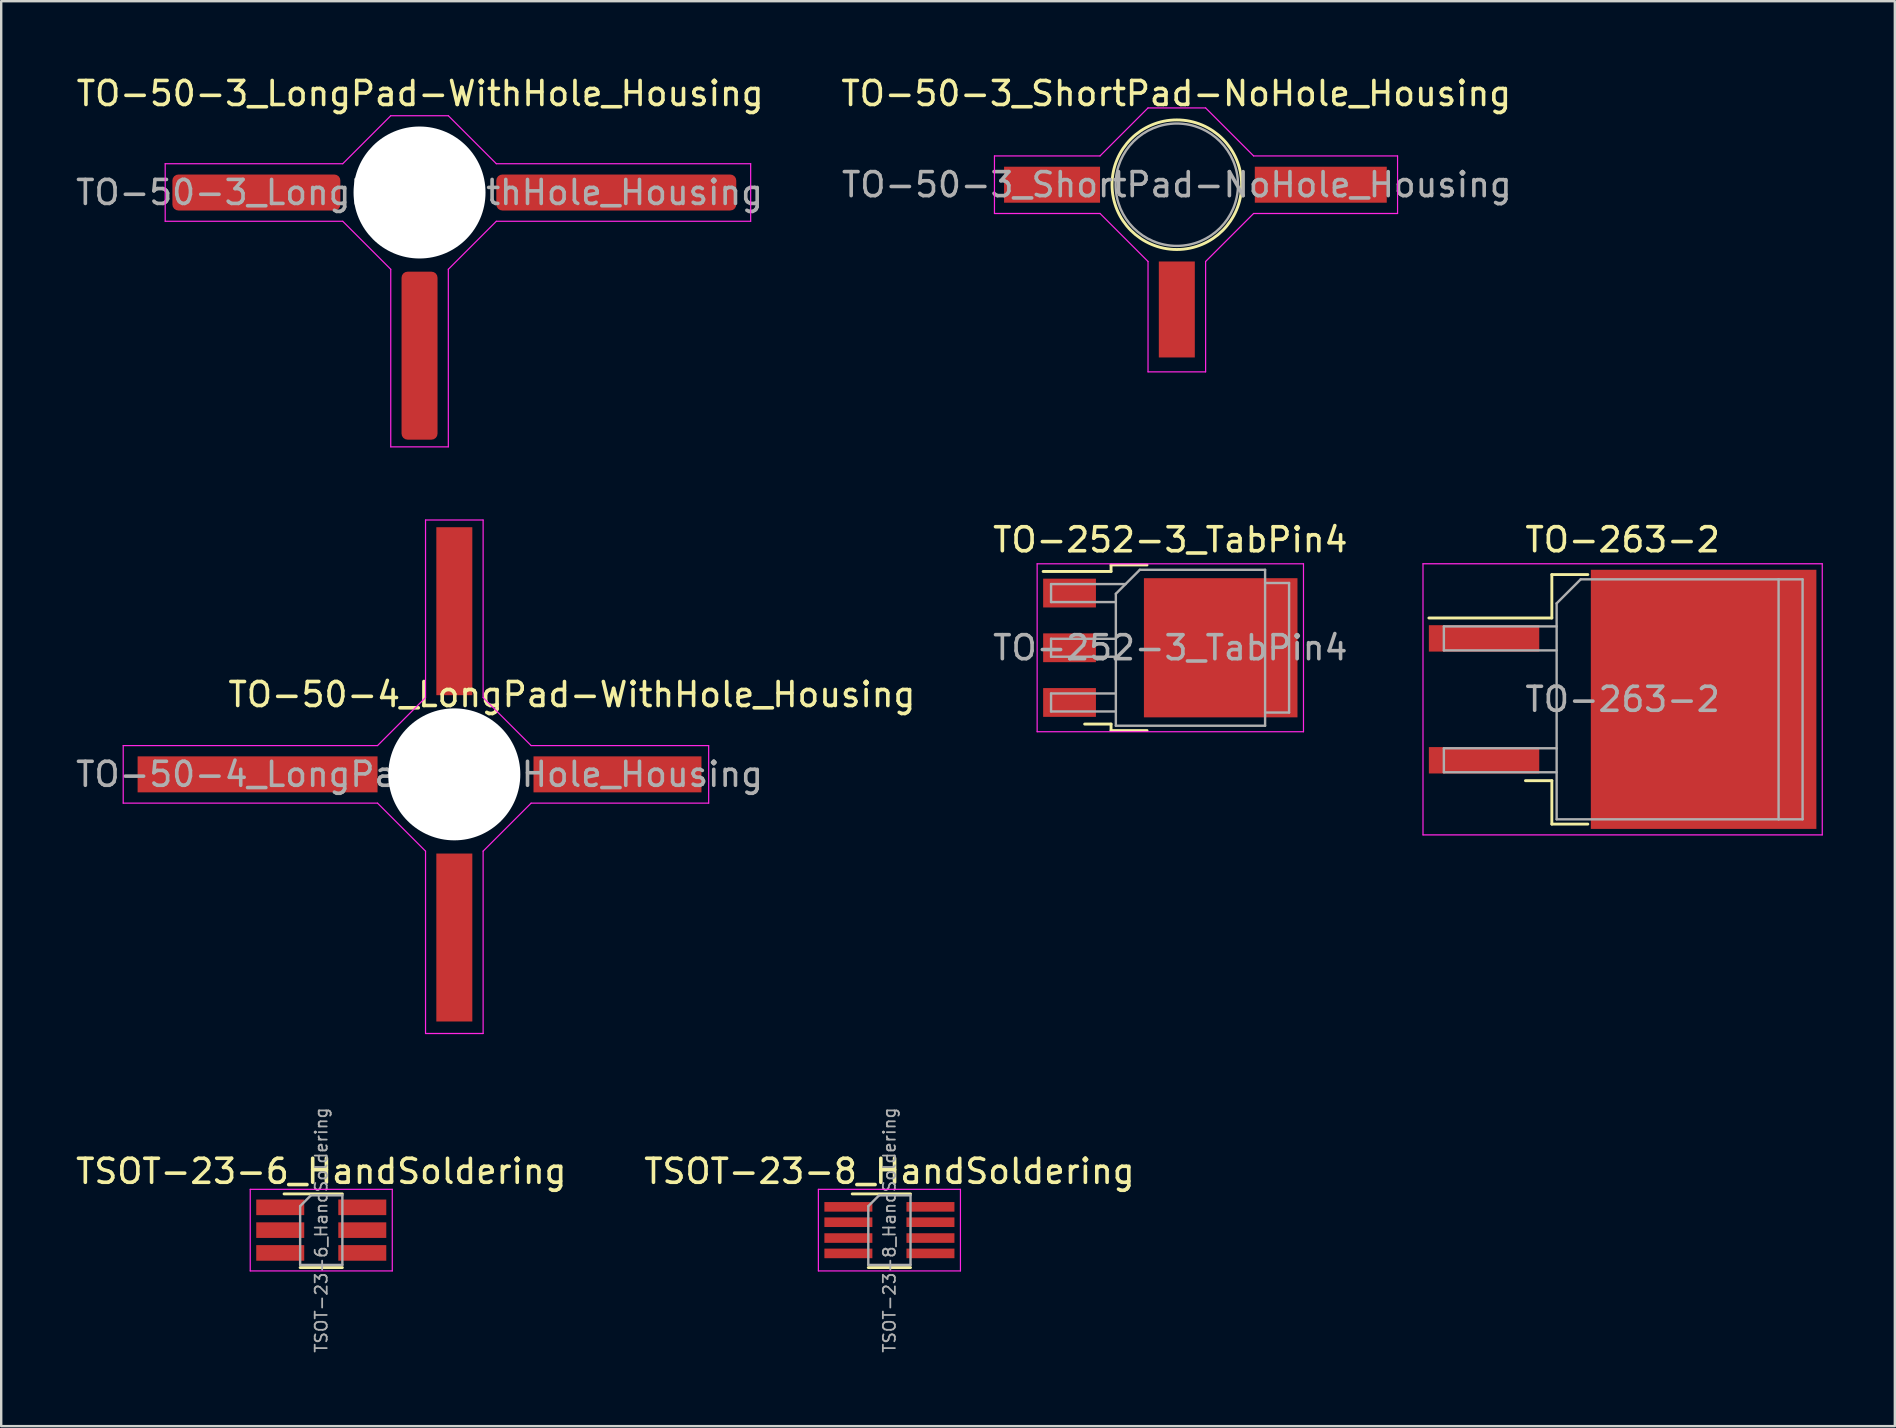
<source format=kicad_pcb>
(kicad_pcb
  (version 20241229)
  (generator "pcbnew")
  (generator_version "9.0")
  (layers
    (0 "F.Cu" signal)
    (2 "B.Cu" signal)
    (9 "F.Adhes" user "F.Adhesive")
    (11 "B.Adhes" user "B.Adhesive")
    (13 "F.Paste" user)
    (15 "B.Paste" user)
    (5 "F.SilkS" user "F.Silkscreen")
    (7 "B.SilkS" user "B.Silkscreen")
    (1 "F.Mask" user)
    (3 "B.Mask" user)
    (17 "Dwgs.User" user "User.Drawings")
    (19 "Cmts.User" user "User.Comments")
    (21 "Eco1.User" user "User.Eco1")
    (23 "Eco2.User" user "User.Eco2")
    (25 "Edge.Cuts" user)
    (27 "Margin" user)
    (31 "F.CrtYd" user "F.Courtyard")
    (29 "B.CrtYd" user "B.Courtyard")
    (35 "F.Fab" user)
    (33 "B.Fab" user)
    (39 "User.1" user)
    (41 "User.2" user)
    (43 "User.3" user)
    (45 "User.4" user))
  (footprint "TO-252-3_TabPin4"
    (layer "F.Cu")
    (at 45.725 23.947)
    (property "Reference" "TO-252-3_TabPin4" (at 0 -4.5 0) (layer "F.SilkS") (effects (font (size 1 1) (thickness 0.15))))
    (attr smd)
    (fp_line (start -2.47 -3.45) (end -2.47 -3.18) (stroke (width 0.12) (type solid)) (layer "F.SilkS"))
    (fp_line (start -2.47 -3.18) (end -5.3 -3.18) (stroke (width 0.12) (type solid)) (layer "F.SilkS"))
    (fp_line (start -2.47 3.18) (end -3.57 3.18) (stroke (width 0.12) (type solid)) (layer "F.SilkS"))
    (fp_line (start -2.47 3.45) (end -2.47 3.18) (stroke (width 0.12) (type solid)) (layer "F.SilkS"))
    (fp_line (start -0.97 -3.45) (end -2.47 -3.45) (stroke (width 0.12) (type solid)) (layer "F.SilkS"))
    (fp_line (start -0.97 3.45) (end -2.47 3.45) (stroke (width 0.12) (type solid)) (layer "F.SilkS"))
    (fp_line (start -5.55 -3.5) (end -5.55 3.5) (stroke (width 0.05) (type solid)) (layer "F.CrtYd"))
    (fp_line (start -5.55 3.5) (end 5.55 3.5) (stroke (width 0.05) (type solid)) (layer "F.CrtYd"))
    (fp_line (start 5.55 -3.5) (end -5.55 -3.5) (stroke (width 0.05) (type solid)) (layer "F.CrtYd"))
    (fp_line (start 5.55 3.5) (end 5.55 -3.5) (stroke (width 0.05) (type solid)) (layer "F.CrtYd"))
    (fp_line (start -4.97 -2.655) (end -4.97 -1.905) (stroke (width 0.1) (type solid)) (layer "F.Fab"))
    (fp_line (start -4.97 -1.905) (end -2.27 -1.905) (stroke (width 0.1) (type solid)) (layer "F.Fab"))
    (fp_line (start -4.97 -0.375) (end -4.97 0.375) (stroke (width 0.1) (type solid)) (layer "F.Fab"))
    (fp_line (start -4.97 0.375) (end -2.27 0.375) (stroke (width 0.1) (type solid)) (layer "F.Fab"))
    (fp_line (start -4.97 1.905) (end -4.97 2.655) (stroke (width 0.1) (type solid)) (layer "F.Fab"))
    (fp_line (start -4.97 2.655) (end -2.27 2.655) (stroke (width 0.1) (type solid)) (layer "F.Fab"))
    (fp_line (start -2.27 -2.25) (end -1.27 -3.25) (stroke (width 0.1) (type solid)) (layer "F.Fab"))
    (fp_line (start -2.27 -0.375) (end -4.97 -0.375) (stroke (width 0.1) (type solid)) (layer "F.Fab"))
    (fp_line (start -2.27 1.905) (end -4.97 1.905) (stroke (width 0.1) (type solid)) (layer "F.Fab"))
    (fp_line (start -2.27 3.25) (end -2.27 -2.25) (stroke (width 0.1) (type solid)) (layer "F.Fab"))
    (fp_line (start -1.865 -2.655) (end -4.97 -2.655) (stroke (width 0.1) (type solid)) (layer "F.Fab"))
    (fp_line (start -1.27 -3.25) (end 3.95 -3.25) (stroke (width 0.1) (type solid)) (layer "F.Fab"))
    (fp_line (start 3.95 -3.25) (end 3.95 3.25) (stroke (width 0.1) (type solid)) (layer "F.Fab"))
    (fp_line (start 3.95 -2.7) (end 4.95 -2.7) (stroke (width 0.1) (type solid)) (layer "F.Fab"))
    (fp_line (start 3.95 3.25) (end -2.27 3.25) (stroke (width 0.1) (type solid)) (layer "F.Fab"))
    (fp_line (start 4.95 -2.7) (end 4.95 2.7) (stroke (width 0.1) (type solid)) (layer "F.Fab"))
    (fp_line (start 4.95 2.7) (end 3.95 2.7) (stroke (width 0.1) (type solid)) (layer "F.Fab"))
    (fp_text user "${REFERENCE}" (at 0 0 0) (layer "F.Fab") (effects (font (size 1 1) (thickness 0.15))))
    (pad "" smd rect (at 0.425 -1.525) (size 3.05 2.75) (layers "F.Paste"))
    (pad "" smd rect (at 0.425 1.525) (size 3.05 2.75) (layers "F.Paste"))
    (pad "" smd rect (at 3.775 -1.525) (size 3.05 2.75) (layers "F.Paste"))
    (pad "" smd rect (at 3.775 1.525) (size 3.05 2.75) (layers "F.Paste"))
    (pad "1" smd rect (at -4.2 -2.28) (size 2.2 1.2) (layers "F.Cu" "F.Mask" "F.Paste"))
    (pad "2" smd rect (at -4.2 0) (size 2.2 1.2) (layers "F.Cu" "F.Mask" "F.Paste"))
    (pad "3" smd rect (at -4.2 2.28) (size 2.2 1.2) (layers "F.Cu" "F.Mask" "F.Paste"))
    (pad "4" smd rect (at 2.1 0) (size 6.4 5.8) (layers "F.Cu" "F.Mask")))
  (footprint "TSOT-23-6_HandSoldering"
    (layer "F.Cu")
    (at 10.339 48.218)
    (property "Reference" "TSOT-23-6_HandSoldering" (at 0 -2.45 0) (layer "F.SilkS") (effects (font (size 1 1) (thickness 0.15))))
    (attr smd)
    (fp_line (start -0.88 1.56) (end 0.88 1.56) (stroke (width 0.12) (type solid)) (layer "F.SilkS"))
    (fp_line (start 0.88 -1.51) (end -1.55 -1.51) (stroke (width 0.12) (type solid)) (layer "F.SilkS"))
    (fp_line (start -2.96 -1.7) (end -2.96 1.7) (stroke (width 0.05) (type solid)) (layer "F.CrtYd"))
    (fp_line (start -2.96 -1.7) (end 2.96 -1.7) (stroke (width 0.05) (type solid)) (layer "F.CrtYd"))
    (fp_line (start 2.96 1.7) (end -2.96 1.7) (stroke (width 0.05) (type solid)) (layer "F.CrtYd"))
    (fp_line (start 2.96 1.7) (end 2.96 -1.7) (stroke (width 0.05) (type solid)) (layer "F.CrtYd"))
    (fp_line (start -0.88 -1) (end -0.88 1.45) (stroke (width 0.1) (type solid)) (layer "F.Fab"))
    (fp_line (start -0.88 -1) (end -0.43 -1.45) (stroke (width 0.1) (type solid)) (layer "F.Fab"))
    (fp_line (start 0.88 -1.45) (end -0.43 -1.45) (stroke (width 0.1) (type solid)) (layer "F.Fab"))
    (fp_line (start 0.88 -1.45) (end 0.88 1.45) (stroke (width 0.1) (type solid)) (layer "F.Fab"))
    (fp_line (start 0.88 1.45) (end -0.88 1.45) (stroke (width 0.1) (type solid)) (layer "F.Fab"))
    (fp_text user "${REFERENCE}" (at 0 0 90) (layer "F.Fab") (effects (font (size 0.5 0.5) (thickness 0.075))))
    (pad "1" smd rect (at -1.71 -0.95) (size 2 0.65) (layers "F.Cu" "F.Mask" "F.Paste"))
    (pad "2" smd rect (at -1.71 0) (size 2 0.65) (layers "F.Cu" "F.Mask" "F.Paste"))
    (pad "3" smd rect (at -1.71 0.95) (size 2 0.65) (layers "F.Cu" "F.Mask" "F.Paste"))
    (pad "4" smd rect (at 1.71 0.95) (size 2 0.65) (layers "F.Cu" "F.Mask" "F.Paste"))
    (pad "5" smd rect (at 1.71 0) (size 2 0.65) (layers "F.Cu" "F.Mask" "F.Paste"))
    (pad "6" smd rect (at 1.71 -0.95) (size 2 0.65) (layers "F.Cu" "F.Mask" "F.Paste")))
  (footprint "TSOT-23-8_HandSoldering"
    (layer "F.Cu")
    (at 34.018 48.218)
    (property "Reference" "TSOT-23-8_HandSoldering" (at 0 -2.45 0) (layer "F.SilkS") (effects (font (size 1 1) (thickness 0.15))))
    (attr smd)
    (fp_line (start -0.88 1.56) (end 0.88 1.56) (stroke (width 0.12) (type solid)) (layer "F.SilkS"))
    (fp_line (start 0.88 -1.51) (end -1.55 -1.51) (stroke (width 0.12) (type solid)) (layer "F.SilkS"))
    (fp_line (start -2.96 -1.7) (end -2.96 1.7) (stroke (width 0.05) (type solid)) (layer "F.CrtYd"))
    (fp_line (start -2.96 -1.7) (end 2.96 -1.7) (stroke (width 0.05) (type solid)) (layer "F.CrtYd"))
    (fp_line (start 2.96 1.7) (end -2.96 1.7) (stroke (width 0.05) (type solid)) (layer "F.CrtYd"))
    (fp_line (start 2.96 1.7) (end 2.96 -1.7) (stroke (width 0.05) (type solid)) (layer "F.CrtYd"))
    (fp_line (start -0.88 -1) (end -0.88 1.45) (stroke (width 0.1) (type solid)) (layer "F.Fab"))
    (fp_line (start -0.88 -1) (end -0.43 -1.45) (stroke (width 0.1) (type solid)) (layer "F.Fab"))
    (fp_line (start 0.88 -1.45) (end -0.43 -1.45) (stroke (width 0.1) (type solid)) (layer "F.Fab"))
    (fp_line (start 0.88 -1.45) (end 0.88 1.45) (stroke (width 0.1) (type solid)) (layer "F.Fab"))
    (fp_line (start 0.88 1.45) (end -0.88 1.45) (stroke (width 0.1) (type solid)) (layer "F.Fab"))
    (fp_text user "${REFERENCE}" (at 0 0 90) (layer "F.Fab") (effects (font (size 0.5 0.5) (thickness 0.075))))
    (pad "1" smd rect (at -1.71 -0.97) (size 2 0.4) (layers "F.Cu" "F.Mask" "F.Paste"))
    (pad "2" smd rect (at -1.71 -0.33) (size 2 0.4) (layers "F.Cu" "F.Mask" "F.Paste"))
    (pad "3" smd rect (at -1.71 0.33) (size 2 0.4) (layers "F.Cu" "F.Mask" "F.Paste"))
    (pad "4" smd rect (at -1.71 0.97) (size 2 0.4) (layers "F.Cu" "F.Mask" "F.Paste"))
    (pad "5" smd rect (at 1.71 0.97) (size 2 0.4) (layers "F.Cu" "F.Mask" "F.Paste"))
    (pad "6" smd rect (at 1.71 0.33) (size 2 0.4) (layers "F.Cu" "F.Mask" "F.Paste"))
    (pad "7" smd rect (at 1.71 -0.33) (size 2 0.4) (layers "F.Cu" "F.Mask" "F.Paste"))
    (pad "8" smd rect (at 1.71 -0.97) (size 2 0.4) (layers "F.Cu" "F.Mask" "F.Paste")))
  (footprint "TO-263-2"
    (layer "F.Cu")
    (at 64.576 26.096)
    (property "Reference" "TO-263-2" (at 0 -6.65 0) (layer "F.SilkS") (effects (font (size 1 1) (thickness 0.15))))
    (attr smd)
    (fp_line (start -2.95 -5.2) (end -2.95 -3.39) (stroke (width 0.12) (type solid)) (layer "F.SilkS"))
    (fp_line (start -2.95 -3.39) (end -8.075 -3.39) (stroke (width 0.12) (type solid)) (layer "F.SilkS"))
    (fp_line (start -2.95 3.39) (end -4.05 3.39) (stroke (width 0.12) (type solid)) (layer "F.SilkS"))
    (fp_line (start -2.95 5.2) (end -2.95 3.39) (stroke (width 0.12) (type solid)) (layer "F.SilkS"))
    (fp_line (start -1.45 -5.2) (end -2.95 -5.2) (stroke (width 0.12) (type solid)) (layer "F.SilkS"))
    (fp_line (start -1.45 5.2) (end -2.95 5.2) (stroke (width 0.12) (type solid)) (layer "F.SilkS"))
    (fp_line (start -8.32 -5.65) (end -8.32 5.65) (stroke (width 0.05) (type solid)) (layer "F.CrtYd"))
    (fp_line (start -8.32 5.65) (end 8.32 5.65) (stroke (width 0.05) (type solid)) (layer "F.CrtYd"))
    (fp_line (start 8.32 -5.65) (end -8.32 -5.65) (stroke (width 0.05) (type solid)) (layer "F.CrtYd"))
    (fp_line (start 8.32 5.65) (end 8.32 -5.65) (stroke (width 0.05) (type solid)) (layer "F.CrtYd"))
    (fp_line (start -7.45 -3.04) (end -7.45 -2.04) (stroke (width 0.1) (type solid)) (layer "F.Fab"))
    (fp_line (start -7.45 -2.04) (end -2.75 -2.04) (stroke (width 0.1) (type solid)) (layer "F.Fab"))
    (fp_line (start -7.45 2.04) (end -7.45 3.04) (stroke (width 0.1) (type solid)) (layer "F.Fab"))
    (fp_line (start -7.45 3.04) (end -2.75 3.04) (stroke (width 0.1) (type solid)) (layer "F.Fab"))
    (fp_line (start -2.75 -4) (end -1.75 -5) (stroke (width 0.1) (type solid)) (layer "F.Fab"))
    (fp_line (start -2.75 -3.04) (end -7.45 -3.04) (stroke (width 0.1) (type solid)) (layer "F.Fab"))
    (fp_line (start -2.75 2.04) (end -7.45 2.04) (stroke (width 0.1) (type solid)) (layer "F.Fab"))
    (fp_line (start -2.75 5) (end -2.75 -4) (stroke (width 0.1) (type solid)) (layer "F.Fab"))
    (fp_line (start -1.75 -5) (end 6.5 -5) (stroke (width 0.1) (type solid)) (layer "F.Fab"))
    (fp_line (start 6.5 -5) (end 6.5 5) (stroke (width 0.1) (type solid)) (layer "F.Fab"))
    (fp_line (start 6.5 -5) (end 7.5 -5) (stroke (width 0.1) (type solid)) (layer "F.Fab"))
    (fp_line (start 6.5 5) (end -2.75 5) (stroke (width 0.1) (type solid)) (layer "F.Fab"))
    (fp_line (start 7.5 -5) (end 7.5 5) (stroke (width 0.1) (type solid)) (layer "F.Fab"))
    (fp_line (start 7.5 5) (end 6.5 5) (stroke (width 0.1) (type solid)) (layer "F.Fab"))
    (fp_text user "${REFERENCE}" (at 0 0 0) (layer "F.Fab") (effects (font (size 1 1) (thickness 0.15))))
    (pad "" smd rect (at 0.95 -2.775) (size 4.55 5.25) (layers "F.Paste"))
    (pad "" smd rect (at 0.95 2.775) (size 4.55 5.25) (layers "F.Paste"))
    (pad "" smd rect (at 5.8 -2.775) (size 4.55 5.25) (layers "F.Paste"))
    (pad "" smd rect (at 5.8 2.775) (size 4.55 5.25) (layers "F.Paste"))
    (pad "1" smd rect (at -5.775 -2.54) (size 4.6 1.1) (layers "F.Cu" "F.Mask" "F.Paste"))
    (pad "2" smd rect (at 3.375 0) (size 9.4 10.8) (layers "F.Cu" "F.Mask"))
    (pad "3" smd rect (at -5.775 2.54) (size 4.6 1.1) (layers "F.Cu" "F.Mask" "F.Paste")))
  (footprint "TO-50-3_ShortPad-NoHole_Housing"
    (layer "F.Cu")
    (at 46.396 7.248)
    (property "Reference" "TO-50-3_ShortPad-NoHole_Housing" (at -0.425 -6.4 0) (layer "F.SilkS") (effects (font (size 1 1) (thickness 0.15))))
    (attr smd)
    (fp_circle (center -0.4 -2.6) (end -0.4 -5.3) (stroke (width 0.12) (type solid)) (fill no) (layer "F.SilkS"))
    (fp_line (start -8 -1.4) (end -8 -3.8) (stroke (width 0.05) (type solid)) (layer "F.CrtYd"))
    (fp_line (start -8 -1.4) (end -3.6 -1.4) (stroke (width 0.05) (type solid)) (layer "F.CrtYd"))
    (fp_line (start -3.6 -3.8) (end -8 -3.8) (stroke (width 0.05) (type solid)) (layer "F.CrtYd"))
    (fp_line (start -3.6 -3.8) (end -1.6 -5.8) (stroke (width 0.05) (type solid)) (layer "F.CrtYd"))
    (fp_line (start -1.6 -5.8) (end 0.8 -5.8) (stroke (width 0.05) (type solid)) (layer "F.CrtYd"))
    (fp_line (start -1.6 0.6) (end -3.6 -1.4) (stroke (width 0.05) (type solid)) (layer "F.CrtYd"))
    (fp_line (start -1.6 5.2) (end -1.6 0.6) (stroke (width 0.05) (type solid)) (layer "F.CrtYd"))
    (fp_line (start 0.8 -5.8) (end 2.8 -3.8) (stroke (width 0.05) (type solid)) (layer "F.CrtYd"))
    (fp_line (start 0.8 0.6) (end 0.8 5.2) (stroke (width 0.05) (type solid)) (layer "F.CrtYd"))
    (fp_line (start 0.8 5.2) (end -1.6 5.2) (stroke (width 0.05) (type solid)) (layer "F.CrtYd"))
    (fp_line (start 2.8 -3.8) (end 8.8 -3.8) (stroke (width 0.05) (type solid)) (layer "F.CrtYd"))
    (fp_line (start 2.8 -1.4) (end 0.8 0.6) (stroke (width 0.05) (type solid)) (layer "F.CrtYd"))
    (fp_line (start 8.8 -3.8) (end 8.8 -1.4) (stroke (width 0.05) (type solid)) (layer "F.CrtYd"))
    (fp_line (start 8.8 -1.4) (end 2.8 -1.4) (stroke (width 0.05) (type solid)) (layer "F.CrtYd"))
    (fp_circle (center -0.4 -2.6) (end -0.35 -5.15) (stroke (width 0.1) (type solid)) (fill no) (layer "F.Fab"))
    (fp_text user "${REFERENCE}" (at -0.4 -2.6 0) (layer "F.Fab") (effects (font (size 1 1) (thickness 0.15))))
    (pad "1" smd rect (at -5.6 -2.6 270) (size 1.5 4) (layers "F.Cu" "F.Mask" "F.Paste"))
    (pad "2" smd rect (at -0.4 2.6 270) (size 4 1.5) (layers "F.Cu" "F.Mask" "F.Paste"))
    (pad "3" smd rect (at 5.6 -2.6 270) (size 1.5 5.5) (layers "F.Cu" "F.Mask" "F.Paste")))
  (footprint "TO-50-4_LongPad-WithHole_Housing"
    (layer "F.Cu")
    (at 15.185 29.223)
    (property "Reference" "TO-50-4_LongPad-WithHole_Housing" (at 5.6 -3.325 180) (layer "F.SilkS") (effects (font (size 1 1) (thickness 0.15))))
    (attr smd)
    (fp_line (start -13.1 -1.2) (end -2.5 -1.2) (stroke (width 0.05) (type solid)) (layer "F.CrtYd"))
    (fp_line (start -13.1 1.2) (end -13.1 -1.2) (stroke (width 0.05) (type solid)) (layer "F.CrtYd"))
    (fp_line (start -2.5 -1.2) (end -0.5 -3.2) (stroke (width 0.05) (type solid)) (layer "F.CrtYd"))
    (fp_line (start -2.5 1.2) (end -13.1 1.2) (stroke (width 0.05) (type solid)) (layer "F.CrtYd"))
    (fp_line (start -0.5 -10.6) (end 1.9 -10.6) (stroke (width 0.05) (type solid)) (layer "F.CrtYd"))
    (fp_line (start -0.5 -3.2) (end -0.5 -10.6) (stroke (width 0.05) (type solid)) (layer "F.CrtYd"))
    (fp_line (start -0.5 3.2) (end -2.5 1.2) (stroke (width 0.05) (type solid)) (layer "F.CrtYd"))
    (fp_line (start -0.5 10.8) (end -0.5 3.2) (stroke (width 0.05) (type solid)) (layer "F.CrtYd"))
    (fp_line (start 1.9 -10.6) (end 1.9 -3.2) (stroke (width 0.05) (type solid)) (layer "F.CrtYd"))
    (fp_line (start 1.9 -3.2) (end 3.9 -1.2) (stroke (width 0.05) (type solid)) (layer "F.CrtYd"))
    (fp_line (start 1.9 3.2) (end 1.9 10.8) (stroke (width 0.05) (type solid)) (layer "F.CrtYd"))
    (fp_line (start 1.9 10.8) (end -0.5 10.8) (stroke (width 0.05) (type solid)) (layer "F.CrtYd"))
    (fp_line (start 3.9 -1.2) (end 11.3 -1.2) (stroke (width 0.05) (type solid)) (layer "F.CrtYd"))
    (fp_line (start 3.9 1.2) (end 1.9 3.2) (stroke (width 0.05) (type solid)) (layer "F.CrtYd"))
    (fp_line (start 11.3 -1.2) (end 11.3 1.2) (stroke (width 0.05) (type solid)) (layer "F.CrtYd"))
    (fp_line (start 11.3 1.2) (end 3.9 1.2) (stroke (width 0.05) (type solid)) (layer "F.CrtYd"))
    (fp_circle (center 0.7 0) (end 0.65 2.55) (stroke (width 0.1) (type solid)) (fill no) (layer "F.Fab"))
    (fp_text user "${REFERENCE}" (at -0.75 0 0) (layer "F.Fab") (effects (font (size 1 1) (thickness 0.15))))
    (pad "" np_thru_hole circle (at 0.7 0 90) (size 5.5 5.5) (drill 5.5) (layers "*.Cu" "*.Mask"))
    (pad "1" smd rect (at 7.5 0 90) (size 1.5 7) (layers "F.Cu" "F.Mask" "F.Paste"))
    (pad "2" smd rect (at 0.7 -6.8 90) (size 7 1.5) (layers "F.Cu" "F.Mask" "F.Paste"))
    (pad "3" smd rect (at -7.5 0 90) (size 1.5 10) (layers "F.Cu" "F.Mask" "F.Paste"))
    (pad "4" smd rect (at 0.7 6.8 90) (size 7 1.5) (layers "F.Cu" "F.Mask" "F.Paste")))
  (footprint "TO-50-3_LongPad-WithHole_Housing"
    (layer "F.Cu")
    (at 15.135 8.373)
    (property "Reference" "TO-50-3_LongPad-WithHole_Housing" (at -0.675 -7.525 0) (layer "F.SilkS") (effects (font (size 1 1) (thickness 0.15))))
    (attr smd)
    (fp_line (start -11.3 -4.6) (end -3.9 -4.6) (stroke (width 0.05) (type solid)) (layer "F.CrtYd"))
    (fp_line (start -11.3 -2.2) (end -11.3 -4.6) (stroke (width 0.05) (type solid)) (layer "F.CrtYd"))
    (fp_line (start -3.9 -4.6) (end -1.9 -6.6) (stroke (width 0.05) (type solid)) (layer "F.CrtYd"))
    (fp_line (start -3.9 -2.2) (end -11.3 -2.2) (stroke (width 0.05) (type solid)) (layer "F.CrtYd"))
    (fp_line (start -1.9 -6.6) (end 0.5 -6.6) (stroke (width 0.05) (type solid)) (layer "F.CrtYd"))
    (fp_line (start -1.9 -0.2) (end -3.9 -2.2) (stroke (width 0.05) (type solid)) (layer "F.CrtYd"))
    (fp_line (start -1.9 7.2) (end -1.9 -0.2) (stroke (width 0.05) (type solid)) (layer "F.CrtYd"))
    (fp_line (start 0.5 -6.6) (end 2.5 -4.6) (stroke (width 0.05) (type solid)) (layer "F.CrtYd"))
    (fp_line (start 0.5 -0.2) (end 0.5 7.2) (stroke (width 0.05) (type solid)) (layer "F.CrtYd"))
    (fp_line (start 0.5 7.2) (end -1.9 7.2) (stroke (width 0.05) (type solid)) (layer "F.CrtYd"))
    (fp_line (start 2.5 -4.6) (end 13.1 -4.6) (stroke (width 0.05) (type solid)) (layer "F.CrtYd"))
    (fp_line (start 2.5 -2.2) (end 0.5 -0.2) (stroke (width 0.05) (type solid)) (layer "F.CrtYd"))
    (fp_line (start 13.1 -4.6) (end 13.1 -2.2) (stroke (width 0.05) (type solid)) (layer "F.CrtYd"))
    (fp_line (start 13.1 -2.2) (end 2.5 -2.2) (stroke (width 0.05) (type solid)) (layer "F.CrtYd"))
    (fp_circle (center -0.7 -3.4) (end -0.65 -5.95) (stroke (width 0.1) (type solid)) (fill no) (layer "F.Fab"))
    (fp_text user "${REFERENCE}" (at -0.7 -3.4 0) (layer "F.Fab") (effects (font (size 1 1) (thickness 0.15))))
    (pad "" np_thru_hole circle (at -0.7 -3.4 270) (size 5.5 5.5) (drill 5.5) (layers "*.Cu" "*.Mask"))
    (pad "1" smd roundrect (at -7.5 -3.4 270) (size 1.5 7) (layers "F.Cu" "F.Mask" "F.Paste") (roundrect_rratio 0.167))
    (pad "2" smd roundrect (at -0.7 3.4 270) (size 7 1.5) (layers "F.Cu" "F.Mask" "F.Paste") (roundrect_rratio 0.167))
    (pad "3" smd roundrect (at 7.5 -3.4 270) (size 1.5 10) (layers "F.Cu" "F.Mask" "F.Paste") (roundrect_rratio 0.167)))
  (gr_rect
    (start -3 -3)
    (end 75.921 56.388)
    (stroke (width 0.1) (type default))
    (fill no)
    (layer "Edge.Cuts")))
</source>
